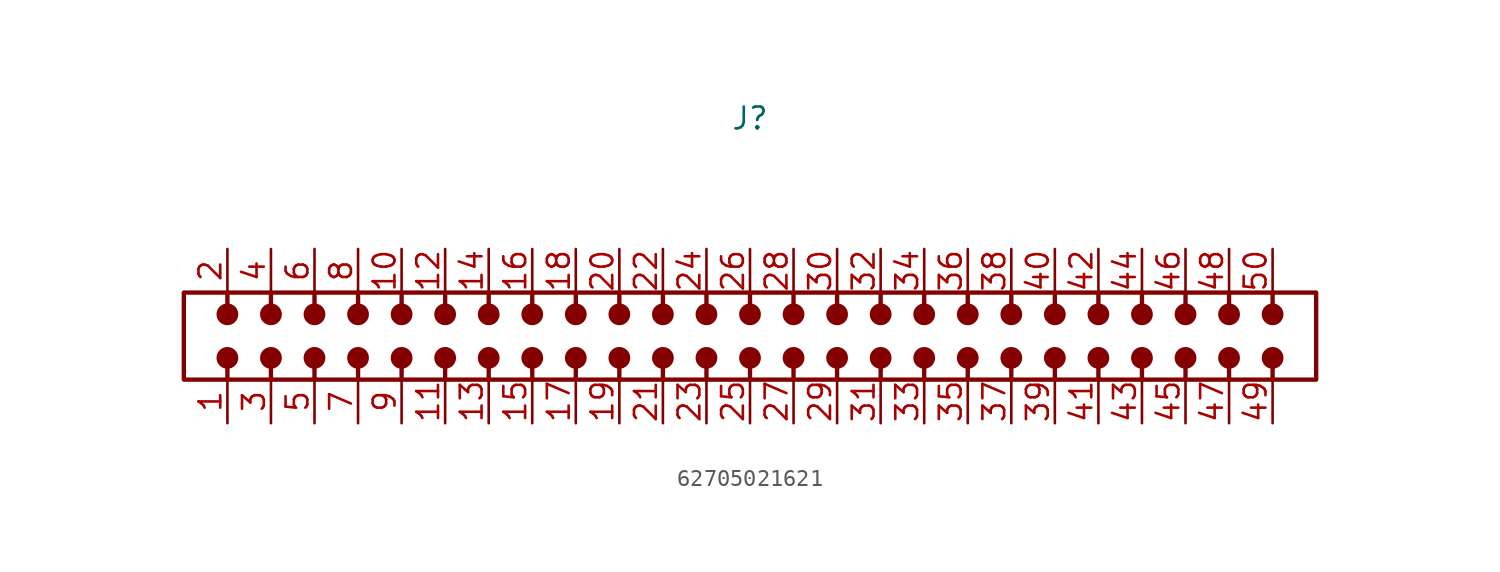
<source format=kicad_sym>
(kicad_symbol_lib
  (version 20241209)
  (generator "kicad_symbol_editor")
  (generator_version "9.0")
  (symbol "62705021621"
    (pin_names
      (hide yes))
    (property "Reference" "J"
      (at 0 12.7 0)
      (effects (font (size 1.27 1.27))))
    (symbol "62705021621_1_1"
      (polyline (pts (xy -30.48 1.778) (xy -30.48 2.54)) (stroke (width 0.254) (type solid)) (fill (type none)))
      (circle (center -30.48 1.27) (radius 0.508) (stroke (width 0.254) (type solid)) (fill (type outline)))
      (circle (center -30.48 -1.27) (radius 0.508) (stroke (width 0.254) (type solid)) (fill (type outline)))
      (polyline (pts (xy -30.48 -1.778) (xy -30.48 -2.54)) (stroke (width 0.254) (type solid)) (fill (type none)))
      (polyline (pts (xy -27.94 1.778) (xy -27.94 2.54)) (stroke (width 0.254) (type solid)) (fill (type none)))
      (circle (center -27.94 1.27) (radius 0.508) (stroke (width 0.254) (type solid)) (fill (type outline)))
      (circle (center -27.94 -1.27) (radius 0.508) (stroke (width 0.254) (type solid)) (fill (type outline)))
      (polyline (pts (xy -27.94 -1.778) (xy -27.94 -2.54)) (stroke (width 0.254) (type solid)) (fill (type none)))
      (polyline (pts (xy -25.4 1.778) (xy -25.4 2.54)) (stroke (width 0.254) (type solid)) (fill (type none)))
      (circle (center -25.4 1.27) (radius 0.508) (stroke (width 0.254) (type solid)) (fill (type outline)))
      (circle (center -25.4 -1.27) (radius 0.508) (stroke (width 0.254) (type solid)) (fill (type outline)))
      (polyline (pts (xy -25.4 -1.778) (xy -25.4 -2.54)) (stroke (width 0.254) (type solid)) (fill (type none)))
      (polyline (pts (xy -22.86 1.778) (xy -22.86 2.54)) (stroke (width 0.254) (type solid)) (fill (type none)))
      (circle (center -22.86 1.27) (radius 0.508) (stroke (width 0.254) (type solid)) (fill (type outline)))
      (circle (center -22.86 -1.27) (radius 0.508) (stroke (width 0.254) (type solid)) (fill (type outline)))
      (polyline (pts (xy -22.86 -1.778) (xy -22.86 -2.54)) (stroke (width 0.254) (type solid)) (fill (type none)))
      (polyline (pts (xy -20.32 1.778) (xy -20.32 2.54)) (stroke (width 0.254) (type solid)) (fill (type none)))
      (circle (center -20.32 1.27) (radius 0.508) (stroke (width 0.254) (type solid)) (fill (type outline)))
      (circle (center -20.32 -1.27) (radius 0.508) (stroke (width 0.254) (type solid)) (fill (type outline)))
      (polyline (pts (xy -20.32 -1.778) (xy -20.32 -2.54)) (stroke (width 0.254) (type solid)) (fill (type none)))
      (polyline (pts (xy -17.78 1.778) (xy -17.78 2.54)) (stroke (width 0.254) (type solid)) (fill (type none)))
      (circle (center -17.78 1.27) (radius 0.508) (stroke (width 0.254) (type solid)) (fill (type outline)))
      (circle (center -17.78 -1.27) (radius 0.508) (stroke (width 0.254) (type solid)) (fill (type outline)))
      (polyline (pts (xy -17.78 -1.778) (xy -17.78 -2.54)) (stroke (width 0.254) (type solid)) (fill (type none)))
      (polyline (pts (xy -15.24 1.778) (xy -15.24 2.54)) (stroke (width 0.254) (type solid)) (fill (type none)))
      (circle (center -15.24 1.27) (radius 0.508) (stroke (width 0.254) (type solid)) (fill (type outline)))
      (circle (center -15.24 -1.27) (radius 0.508) (stroke (width 0.254) (type solid)) (fill (type outline)))
      (polyline (pts (xy -15.24 -1.778) (xy -15.24 -2.54)) (stroke (width 0.254) (type solid)) (fill (type none)))
      (polyline (pts (xy -12.7 1.778) (xy -12.7 2.54)) (stroke (width 0.254) (type solid)) (fill (type none)))
      (circle (center -12.7 1.27) (radius 0.508) (stroke (width 0.254) (type solid)) (fill (type outline)))
      (circle (center -12.7 -1.27) (radius 0.508) (stroke (width 0.254) (type solid)) (fill (type outline)))
      (polyline (pts (xy -12.7 -1.778) (xy -12.7 -2.54)) (stroke (width 0.254) (type solid)) (fill (type none)))
      (polyline (pts (xy -10.16 1.778) (xy -10.16 2.54)) (stroke (width 0.254) (type solid)) (fill (type none)))
      (circle (center -10.16 1.27) (radius 0.508) (stroke (width 0.254) (type solid)) (fill (type outline)))
      (circle (center -10.16 -1.27) (radius 0.508) (stroke (width 0.254) (type solid)) (fill (type outline)))
      (polyline (pts (xy -10.16 -1.778) (xy -10.16 -2.54)) (stroke (width 0.254) (type solid)) (fill (type none)))
      (polyline (pts (xy -7.62 1.778) (xy -7.62 2.54)) (stroke (width 0.254) (type solid)) (fill (type none)))
      (circle (center -7.62 1.27) (radius 0.508) (stroke (width 0.254) (type solid)) (fill (type outline)))
      (circle (center -7.62 -1.27) (radius 0.508) (stroke (width 0.254) (type solid)) (fill (type outline)))
      (polyline (pts (xy -7.62 -1.778) (xy -7.62 -2.54)) (stroke (width 0.254) (type solid)) (fill (type none)))
      (polyline (pts (xy -5.08 1.778) (xy -5.08 2.54)) (stroke (width 0.254) (type solid)) (fill (type none)))
      (circle (center -5.08 1.27) (radius 0.508) (stroke (width 0.254) (type solid)) (fill (type outline)))
      (circle (center -5.08 -1.27) (radius 0.508) (stroke (width 0.254) (type solid)) (fill (type outline)))
      (polyline (pts (xy -5.08 -1.778) (xy -5.08 -2.54)) (stroke (width 0.254) (type solid)) (fill (type none)))
      (polyline (pts (xy -2.54 1.778) (xy -2.54 2.54)) (stroke (width 0.254) (type solid)) (fill (type none)))
      (circle (center -2.54 1.27) (radius 0.508) (stroke (width 0.254) (type solid)) (fill (type outline)))
      (circle (center -2.54 -1.27) (radius 0.508) (stroke (width 0.254) (type solid)) (fill (type outline)))
      (polyline (pts (xy -2.54 -1.778) (xy -2.54 -2.54)) (stroke (width 0.254) (type solid)) (fill (type none)))
      (polyline (pts (xy 0 1.778) (xy 0 2.54)) (stroke (width 0.254) (type solid)) (fill (type none)))
      (circle (center 0 1.27) (radius 0.508) (stroke (width 0.254) (type solid)) (fill (type outline)))
      (circle (center 0 -1.27) (radius 0.508) (stroke (width 0.254) (type solid)) (fill (type outline)))
      (polyline (pts (xy 0 -1.778) (xy 0 -2.54)) (stroke (width 0.254) (type solid)) (fill (type none)))
      (polyline (pts (xy 2.54 1.778) (xy 2.54 2.54)) (stroke (width 0.254) (type solid)) (fill (type none)))
      (circle (center 2.54 1.27) (radius 0.508) (stroke (width 0.254) (type solid)) (fill (type outline)))
      (circle (center 2.54 -1.27) (radius 0.508) (stroke (width 0.254) (type solid)) (fill (type outline)))
      (polyline (pts (xy 2.54 -1.778) (xy 2.54 -2.54)) (stroke (width 0.254) (type solid)) (fill (type none)))
      (polyline (pts (xy 5.08 1.778) (xy 5.08 2.54)) (stroke (width 0.254) (type solid)) (fill (type none)))
      (circle (center 5.08 1.27) (radius 0.508) (stroke (width 0.254) (type solid)) (fill (type outline)))
      (circle (center 5.08 -1.27) (radius 0.508) (stroke (width 0.254) (type solid)) (fill (type outline)))
      (polyline (pts (xy 5.08 -1.778) (xy 5.08 -2.54)) (stroke (width 0.254) (type solid)) (fill (type none)))
      (polyline (pts (xy 7.62 1.778) (xy 7.62 2.54)) (stroke (width 0.254) (type solid)) (fill (type none)))
      (circle (center 7.62 1.27) (radius 0.508) (stroke (width 0.254) (type solid)) (fill (type outline)))
      (circle (center 7.62 -1.27) (radius 0.508) (stroke (width 0.254) (type solid)) (fill (type outline)))
      (polyline (pts (xy 7.62 -1.778) (xy 7.62 -2.54)) (stroke (width 0.254) (type solid)) (fill (type none)))
      (polyline (pts (xy 10.16 1.778) (xy 10.16 2.54)) (stroke (width 0.254) (type solid)) (fill (type none)))
      (circle (center 10.16 1.27) (radius 0.508) (stroke (width 0.254) (type solid)) (fill (type outline)))
      (circle (center 10.16 -1.27) (radius 0.508) (stroke (width 0.254) (type solid)) (fill (type outline)))
      (polyline (pts (xy 10.16 -1.778) (xy 10.16 -2.54)) (stroke (width 0.254) (type solid)) (fill (type none)))
      (polyline (pts (xy 12.7 1.778) (xy 12.7 2.54)) (stroke (width 0.254) (type solid)) (fill (type none)))
      (circle (center 12.7 1.27) (radius 0.508) (stroke (width 0.254) (type solid)) (fill (type outline)))
      (circle (center 12.7 -1.27) (radius 0.508) (stroke (width 0.254) (type solid)) (fill (type outline)))
      (polyline (pts (xy 12.7 -1.778) (xy 12.7 -2.54)) (stroke (width 0.254) (type solid)) (fill (type none)))
      (polyline (pts (xy 15.24 1.778) (xy 15.24 2.54)) (stroke (width 0.254) (type solid)) (fill (type none)))
      (circle (center 15.24 1.27) (radius 0.508) (stroke (width 0.254) (type solid)) (fill (type outline)))
      (circle (center 15.24 -1.27) (radius 0.508) (stroke (width 0.254) (type solid)) (fill (type outline)))
      (polyline (pts (xy 15.24 -1.778) (xy 15.24 -2.54)) (stroke (width 0.254) (type solid)) (fill (type none)))
      (polyline (pts (xy 17.78 1.778) (xy 17.78 2.54)) (stroke (width 0.254) (type solid)) (fill (type none)))
      (circle (center 17.78 1.27) (radius 0.508) (stroke (width 0.254) (type solid)) (fill (type outline)))
      (circle (center 17.78 -1.27) (radius 0.508) (stroke (width 0.254) (type solid)) (fill (type outline)))
      (polyline (pts (xy 17.78 -1.778) (xy 17.78 -2.54)) (stroke (width 0.254) (type solid)) (fill (type none)))
      (polyline (pts (xy 20.32 1.778) (xy 20.32 2.54)) (stroke (width 0.254) (type solid)) (fill (type none)))
      (circle (center 20.32 1.27) (radius 0.508) (stroke (width 0.254) (type solid)) (fill (type outline)))
      (circle (center 20.32 -1.27) (radius 0.508) (stroke (width 0.254) (type solid)) (fill (type outline)))
      (polyline (pts (xy 20.32 -1.778) (xy 20.32 -2.54)) (stroke (width 0.254) (type solid)) (fill (type none)))
      (polyline (pts (xy 22.86 1.778) (xy 22.86 2.54)) (stroke (width 0.254) (type solid)) (fill (type none)))
      (circle (center 22.86 1.27) (radius 0.508) (stroke (width 0.254) (type solid)) (fill (type outline)))
      (circle (center 22.86 -1.27) (radius 0.508) (stroke (width 0.254) (type solid)) (fill (type outline)))
      (polyline (pts (xy 22.86 -1.778) (xy 22.86 -2.54)) (stroke (width 0.254) (type solid)) (fill (type none)))
      (polyline (pts (xy 25.4 1.778) (xy 25.4 2.54)) (stroke (width 0.254) (type solid)) (fill (type none)))
      (circle (center 25.4 1.27) (radius 0.508) (stroke (width 0.254) (type solid)) (fill (type outline)))
      (circle (center 25.4 -1.27) (radius 0.508) (stroke (width 0.254) (type solid)) (fill (type outline)))
      (polyline (pts (xy 25.4 -1.778) (xy 25.4 -2.54)) (stroke (width 0.254) (type solid)) (fill (type none)))
      (polyline (pts (xy 27.94 1.778) (xy 27.94 2.54)) (stroke (width 0.254) (type solid)) (fill (type none)))
      (circle (center 27.94 1.27) (radius 0.508) (stroke (width 0.254) (type solid)) (fill (type outline)))
      (circle (center 27.94 -1.27) (radius 0.508) (stroke (width 0.254) (type solid)) (fill (type outline)))
      (polyline (pts (xy 27.94 -1.778) (xy 27.94 -2.54)) (stroke (width 0.254) (type solid)) (fill (type none)))
      (polyline (pts (xy 30.48 1.778) (xy 30.48 2.54)) (stroke (width 0.254) (type solid)) (fill (type none)))
      (circle (center 30.48 1.27) (radius 0.508) (stroke (width 0.254) (type solid)) (fill (type outline)))
      (circle (center 30.48 -1.27) (radius 0.508) (stroke (width 0.254) (type solid)) (fill (type outline)))
      (polyline (pts (xy 30.48 -1.778) (xy 30.48 -2.54)) (stroke (width 0.254) (type solid)) (fill (type none)))
      (rectangle (start 33.02 -2.54) (end -33.02 2.54) (stroke (width 0.254) (type solid)) (fill (type none)))
      (pin passive line (at -30.48 5.08 270) (length 2.54) (name "2" (effects (font (size 1.27 1.27)))) (number "2" (effects (font (size 1.27 1.27)))))
      (pin passive line (at -30.48 -5.08 90) (length 2.54) (name "1" (effects (font (size 1.27 1.27)))) (number "1" (effects (font (size 1.27 1.27)))))
      (pin passive line (at -27.94 5.08 270) (length 2.54) (name "4" (effects (font (size 1.27 1.27)))) (number "4" (effects (font (size 1.27 1.27)))))
      (pin passive line (at -27.94 -5.08 90) (length 2.54) (name "3" (effects (font (size 1.27 1.27)))) (number "3" (effects (font (size 1.27 1.27)))))
      (pin passive line (at -25.4 5.08 270) (length 2.54) (name "6" (effects (font (size 1.27 1.27)))) (number "6" (effects (font (size 1.27 1.27)))))
      (pin passive line (at -25.4 -5.08 90) (length 2.54) (name "5" (effects (font (size 1.27 1.27)))) (number "5" (effects (font (size 1.27 1.27)))))
      (pin passive line (at -22.86 5.08 270) (length 2.54) (name "8" (effects (font (size 1.27 1.27)))) (number "8" (effects (font (size 1.27 1.27)))))
      (pin passive line (at -22.86 -5.08 90) (length 2.54) (name "7" (effects (font (size 1.27 1.27)))) (number "7" (effects (font (size 1.27 1.27)))))
      (pin passive line (at -20.32 5.08 270) (length 2.54) (name "10" (effects (font (size 1.27 1.27)))) (number "10" (effects (font (size 1.27 1.27)))))
      (pin passive line (at -20.32 -5.08 90) (length 2.54) (name "9" (effects (font (size 1.27 1.27)))) (number "9" (effects (font (size 1.27 1.27)))))
      (pin passive line (at -17.78 5.08 270) (length 2.54) (name "12" (effects (font (size 1.27 1.27)))) (number "12" (effects (font (size 1.27 1.27)))))
      (pin passive line (at -17.78 -5.08 90) (length 2.54) (name "11" (effects (font (size 1.27 1.27)))) (number "11" (effects (font (size 1.27 1.27)))))
      (pin passive line (at -15.24 5.08 270) (length 2.54) (name "14" (effects (font (size 1.27 1.27)))) (number "14" (effects (font (size 1.27 1.27)))))
      (pin passive line (at -15.24 -5.08 90) (length 2.54) (name "13" (effects (font (size 1.27 1.27)))) (number "13" (effects (font (size 1.27 1.27)))))
      (pin passive line (at -12.7 5.08 270) (length 2.54) (name "16" (effects (font (size 1.27 1.27)))) (number "16" (effects (font (size 1.27 1.27)))))
      (pin passive line (at -12.7 -5.08 90) (length 2.54) (name "15" (effects (font (size 1.27 1.27)))) (number "15" (effects (font (size 1.27 1.27)))))
      (pin passive line (at -10.16 5.08 270) (length 2.54) (name "18" (effects (font (size 1.27 1.27)))) (number "18" (effects (font (size 1.27 1.27)))))
      (pin passive line (at -10.16 -5.08 90) (length 2.54) (name "17" (effects (font (size 1.27 1.27)))) (number "17" (effects (font (size 1.27 1.27)))))
      (pin passive line (at -7.62 5.08 270) (length 2.54) (name "20" (effects (font (size 1.27 1.27)))) (number "20" (effects (font (size 1.27 1.27)))))
      (pin passive line (at -7.62 -5.08 90) (length 2.54) (name "19" (effects (font (size 1.27 1.27)))) (number "19" (effects (font (size 1.27 1.27)))))
      (pin passive line (at -5.08 5.08 270) (length 2.54) (name "22" (effects (font (size 1.27 1.27)))) (number "22" (effects (font (size 1.27 1.27)))))
      (pin passive line (at -5.08 -5.08 90) (length 2.54) (name "21" (effects (font (size 1.27 1.27)))) (number "21" (effects (font (size 1.27 1.27)))))
      (pin passive line (at -2.54 5.08 270) (length 2.54) (name "24" (effects (font (size 1.27 1.27)))) (number "24" (effects (font (size 1.27 1.27)))))
      (pin passive line (at -2.54 -5.08 90) (length 2.54) (name "23" (effects (font (size 1.27 1.27)))) (number "23" (effects (font (size 1.27 1.27)))))
      (pin passive line (at 0 5.08 270) (length 2.54) (name "26" (effects (font (size 1.27 1.27)))) (number "26" (effects (font (size 1.27 1.27)))))
      (pin passive line (at 0 -5.08 90) (length 2.54) (name "25" (effects (font (size 1.27 1.27)))) (number "25" (effects (font (size 1.27 1.27)))))
      (pin passive line (at 2.54 5.08 270) (length 2.54) (name "28" (effects (font (size 1.27 1.27)))) (number "28" (effects (font (size 1.27 1.27)))))
      (pin passive line (at 2.54 -5.08 90) (length 2.54) (name "27" (effects (font (size 1.27 1.27)))) (number "27" (effects (font (size 1.27 1.27)))))
      (pin passive line (at 5.08 5.08 270) (length 2.54) (name "30" (effects (font (size 1.27 1.27)))) (number "30" (effects (font (size 1.27 1.27)))))
      (pin passive line (at 5.08 -5.08 90) (length 2.54) (name "29" (effects (font (size 1.27 1.27)))) (number "29" (effects (font (size 1.27 1.27)))))
      (pin passive line (at 7.62 5.08 270) (length 2.54) (name "32" (effects (font (size 1.27 1.27)))) (number "32" (effects (font (size 1.27 1.27)))))
      (pin passive line (at 7.62 -5.08 90) (length 2.54) (name "31" (effects (font (size 1.27 1.27)))) (number "31" (effects (font (size 1.27 1.27)))))
      (pin passive line (at 10.16 5.08 270) (length 2.54) (name "34" (effects (font (size 1.27 1.27)))) (number "34" (effects (font (size 1.27 1.27)))))
      (pin passive line (at 10.16 -5.08 90) (length 2.54) (name "33" (effects (font (size 1.27 1.27)))) (number "33" (effects (font (size 1.27 1.27)))))
      (pin passive line (at 12.7 5.08 270) (length 2.54) (name "36" (effects (font (size 1.27 1.27)))) (number "36" (effects (font (size 1.27 1.27)))))
      (pin passive line (at 12.7 -5.08 90) (length 2.54) (name "35" (effects (font (size 1.27 1.27)))) (number "35" (effects (font (size 1.27 1.27)))))
      (pin passive line (at 15.24 5.08 270) (length 2.54) (name "38" (effects (font (size 1.27 1.27)))) (number "38" (effects (font (size 1.27 1.27)))))
      (pin passive line (at 15.24 -5.08 90) (length 2.54) (name "37" (effects (font (size 1.27 1.27)))) (number "37" (effects (font (size 1.27 1.27)))))
      (pin passive line (at 17.78 5.08 270) (length 2.54) (name "40" (effects (font (size 1.27 1.27)))) (number "40" (effects (font (size 1.27 1.27)))))
      (pin passive line (at 17.78 -5.08 90) (length 2.54) (name "39" (effects (font (size 1.27 1.27)))) (number "39" (effects (font (size 1.27 1.27)))))
      (pin passive line (at 20.32 5.08 270) (length 2.54) (name "42" (effects (font (size 1.27 1.27)))) (number "42" (effects (font (size 1.27 1.27)))))
      (pin passive line (at 20.32 -5.08 90) (length 2.54) (name "41" (effects (font (size 1.27 1.27)))) (number "41" (effects (font (size 1.27 1.27)))))
      (pin passive line (at 22.86 5.08 270) (length 2.54) (name "44" (effects (font (size 1.27 1.27)))) (number "44" (effects (font (size 1.27 1.27)))))
      (pin passive line (at 22.86 -5.08 90) (length 2.54) (name "43" (effects (font (size 1.27 1.27)))) (number "43" (effects (font (size 1.27 1.27)))))
      (pin passive line (at 25.4 5.08 270) (length 2.54) (name "46" (effects (font (size 1.27 1.27)))) (number "46" (effects (font (size 1.27 1.27)))))
      (pin passive line (at 25.4 -5.08 90) (length 2.54) (name "45" (effects (font (size 1.27 1.27)))) (number "45" (effects (font (size 1.27 1.27)))))
      (pin passive line (at 27.94 5.08 270) (length 2.54) (name "48" (effects (font (size 1.27 1.27)))) (number "48" (effects (font (size 1.27 1.27)))))
      (pin passive line (at 27.94 -5.08 90) (length 2.54) (name "47" (effects (font (size 1.27 1.27)))) (number "47" (effects (font (size 1.27 1.27)))))
      (pin passive line (at 30.48 5.08 270) (length 2.54) (name "50" (effects (font (size 1.27 1.27)))) (number "50" (effects (font (size 1.27 1.27)))))
      (pin passive line (at 30.48 -5.08 90) (length 2.54) (name "49" (effects (font (size 1.27 1.27)))) (number "49" (effects (font (size 1.27 1.27))))))))
</source>
